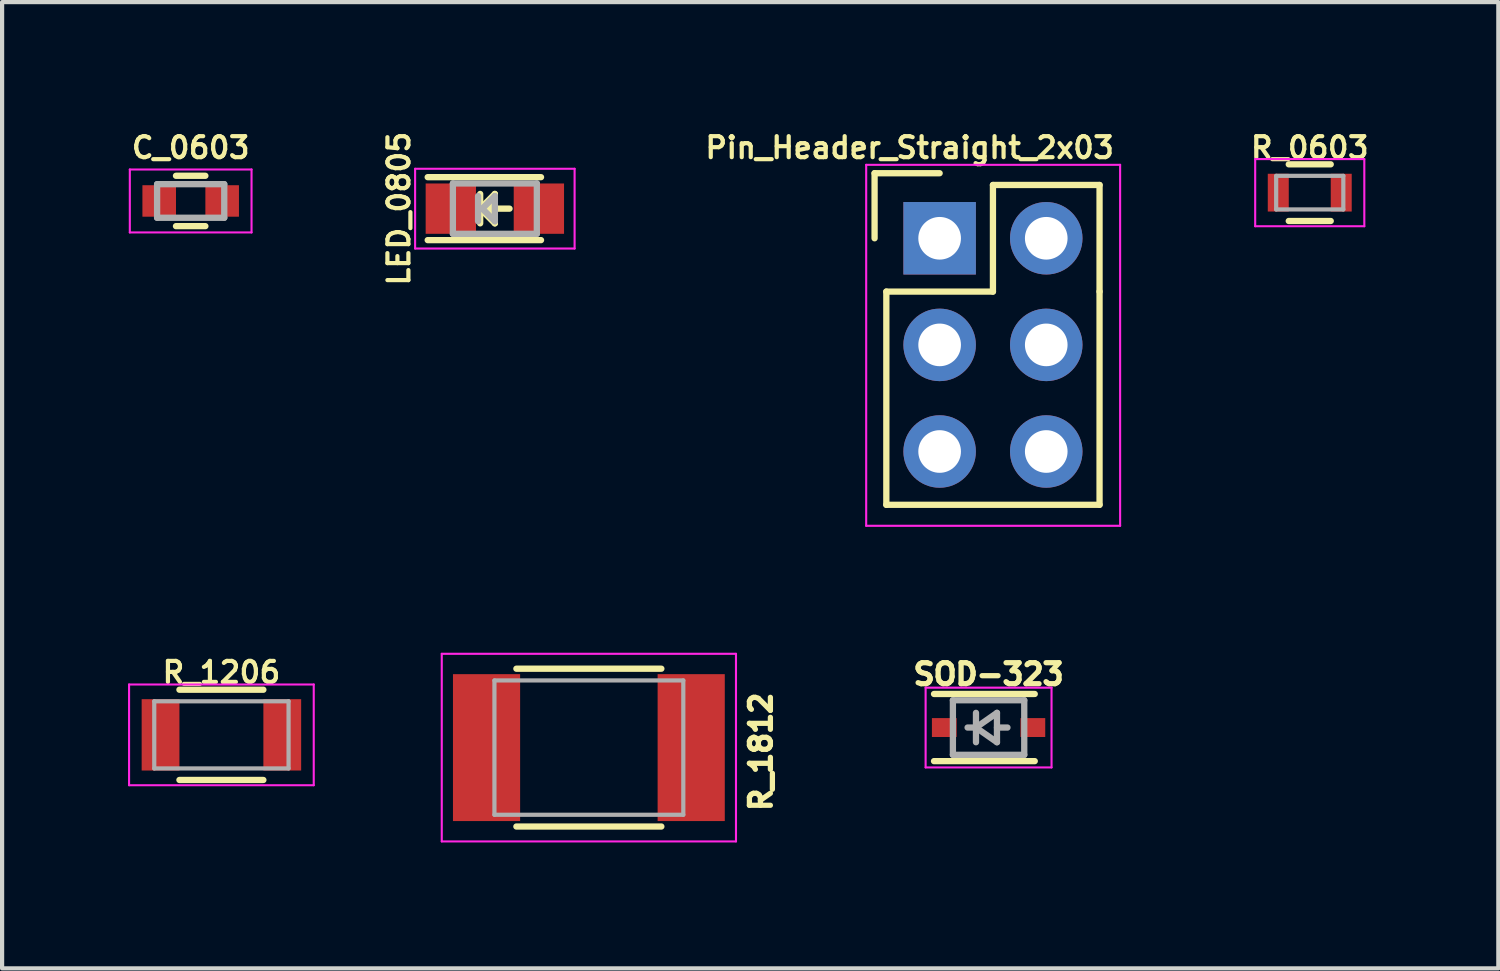
<source format=kicad_pcb>
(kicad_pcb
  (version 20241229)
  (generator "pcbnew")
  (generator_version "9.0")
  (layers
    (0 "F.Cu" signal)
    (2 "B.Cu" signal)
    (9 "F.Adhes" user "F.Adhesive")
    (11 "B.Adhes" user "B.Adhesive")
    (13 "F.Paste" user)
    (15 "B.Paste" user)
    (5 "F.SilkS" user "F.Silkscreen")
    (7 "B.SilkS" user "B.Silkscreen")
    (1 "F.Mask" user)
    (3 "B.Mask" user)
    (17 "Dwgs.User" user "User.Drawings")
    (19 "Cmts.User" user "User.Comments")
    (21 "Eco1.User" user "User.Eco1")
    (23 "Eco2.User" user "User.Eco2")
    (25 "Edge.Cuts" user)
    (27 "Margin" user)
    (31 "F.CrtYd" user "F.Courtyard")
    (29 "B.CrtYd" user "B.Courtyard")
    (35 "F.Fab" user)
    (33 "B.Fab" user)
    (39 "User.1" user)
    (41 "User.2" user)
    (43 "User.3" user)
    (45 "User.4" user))
  (footprint "Pin_Header_Straight_2x03"
    (layer "F.Cu")
    (at 19.337 2.627)
    (property "Reference" "Pin_Header_Straight_2x03" (at -0.715 -2.159 0) (layer "F.SilkS") (effects (font (size 0.5 0.5) (thickness 0.1))))
    (attr through_hole)
    (fp_line (start -1.55 -1.55) (end -1.55 0) (stroke (width 0.15) (type solid)) (layer "F.SilkS"))
    (fp_line (start -1.55 -1.55) (end 0 -1.55) (stroke (width 0.15) (type solid)) (layer "F.SilkS"))
    (fp_line (start -1.27 1.27) (end -1.27 6.35) (stroke (width 0.15) (type solid)) (layer "F.SilkS"))
    (fp_line (start -1.27 6.35) (end 3.81 6.35) (stroke (width 0.15) (type solid)) (layer "F.SilkS"))
    (fp_line (start 1.27 -1.27) (end 1.27 1.27) (stroke (width 0.15) (type solid)) (layer "F.SilkS"))
    (fp_line (start 1.27 1.27) (end -1.27 1.27) (stroke (width 0.15) (type solid)) (layer "F.SilkS"))
    (fp_line (start 3.81 -1.27) (end 1.27 -1.27) (stroke (width 0.15) (type solid)) (layer "F.SilkS"))
    (fp_line (start 3.81 1.27) (end 3.81 -1.27) (stroke (width 0.15) (type solid)) (layer "F.SilkS"))
    (fp_line (start 3.81 6.35) (end 3.81 1.27) (stroke (width 0.15) (type solid)) (layer "F.SilkS"))
    (fp_line (start -1.75 -1.75) (end -1.75 6.85) (stroke (width 0.05) (type solid)) (layer "F.CrtYd"))
    (fp_line (start -1.75 -1.75) (end 4.3 -1.75) (stroke (width 0.05) (type solid)) (layer "F.CrtYd"))
    (fp_line (start -1.75 6.85) (end 4.3 6.85) (stroke (width 0.05) (type solid)) (layer "F.CrtYd"))
    (fp_line (start 4.3 -1.75) (end 4.3 6.85) (stroke (width 0.05) (type solid)) (layer "F.CrtYd"))
    (pad "1" thru_hole rect (at 0 0) (size 1.727 1.727) (drill 1.016) (layers "*.Cu" "*.Mask"))
    (pad "2" thru_hole oval (at 2.54 0) (size 1.727 1.727) (drill 1.016) (layers "*.Cu" "*.Mask"))
    (pad "3" thru_hole oval (at 0 2.54) (size 1.727 1.727) (drill 1.016) (layers "*.Cu" "*.Mask"))
    (pad "4" thru_hole oval (at 2.54 2.54) (size 1.727 1.727) (drill 1.016) (layers "*.Cu" "*.Mask"))
    (pad "5" thru_hole oval (at 0 5.08) (size 1.727 1.727) (drill 1.016) (layers "*.Cu" "*.Mask"))
    (pad "6" thru_hole oval (at 2.54 5.08) (size 1.727 1.727) (drill 1.016) (layers "*.Cu" "*.Mask")))
  (footprint "SOD-323"
    (layer "F.Cu")
    (at 20.503 14.284)
    (property "Reference" "SOD-323" (at 0 -1.27 0) (layer "F.SilkS") (effects (font (size 0.5 0.5) (thickness 0.125))))
    (attr smd)
    (fp_line (start -1.3 -0.8) (end 1.1 -0.8) (stroke (width 0.15) (type solid)) (layer "F.SilkS"))
    (fp_line (start -1.3 0.8) (end 1.1 0.8) (stroke (width 0.15) (type solid)) (layer "F.SilkS"))
    (fp_line (start -1.5 -0.95) (end -1.5 0.95) (stroke (width 0.05) (type solid)) (layer "F.CrtYd"))
    (fp_line (start -1.5 -0.95) (end 1.5 -0.95) (stroke (width 0.05) (type solid)) (layer "F.CrtYd"))
    (fp_line (start -1.5 0.95) (end 1.5 0.95) (stroke (width 0.05) (type solid)) (layer "F.CrtYd"))
    (fp_line (start 1.5 -0.95) (end 1.5 0.95) (stroke (width 0.05) (type solid)) (layer "F.CrtYd"))
    (fp_line (start -0.85 -0.65) (end 0.85 -0.65) (stroke (width 0.15) (type solid)) (layer "F.Fab"))
    (fp_line (start -0.85 0.65) (end -0.85 -0.65) (stroke (width 0.15) (type solid)) (layer "F.Fab"))
    (fp_line (start -0.3 -0.35) (end -0.3 0.35) (stroke (width 0.15) (type solid)) (layer "F.Fab"))
    (fp_line (start -0.3 0) (end -0.5 0) (stroke (width 0.15) (type solid)) (layer "F.Fab"))
    (fp_line (start -0.3 0) (end 0.2 -0.35) (stroke (width 0.15) (type solid)) (layer "F.Fab"))
    (fp_line (start 0.2 -0.35) (end 0.2 0.35) (stroke (width 0.15) (type solid)) (layer "F.Fab"))
    (fp_line (start 0.2 0) (end 0.45 0) (stroke (width 0.15) (type solid)) (layer "F.Fab"))
    (fp_line (start 0.2 0.35) (end -0.3 0) (stroke (width 0.15) (type solid)) (layer "F.Fab"))
    (fp_line (start 0.85 -0.65) (end 0.85 0.65) (stroke (width 0.15) (type solid)) (layer "F.Fab"))
    (fp_line (start 0.85 0.65) (end -0.85 0.65) (stroke (width 0.15) (type solid)) (layer "F.Fab"))
    (pad "1" smd rect (at -1.055 0) (size 0.59 0.45) (layers "F.Cu" "F.Mask" "F.Paste"))
    (pad "2" smd rect (at 1.055 0) (size 0.59 0.45) (layers "F.Cu" "F.Mask" "F.Paste")))
  (footprint "R_1206"
    (layer "F.Cu")
    (at 2.225 14.458)
    (property "Reference" "R_1206" (at 0 -1.488 0) (layer "F.SilkS") (effects (font (size 0.5 0.5) (thickness 0.1))))
    (attr smd)
    (fp_line (start -1 -1.075) (end 1 -1.075) (stroke (width 0.15) (type solid)) (layer "F.SilkS"))
    (fp_line (start 1 1.075) (end -1 1.075) (stroke (width 0.15) (type solid)) (layer "F.SilkS"))
    (fp_line (start -2.2 -1.2) (end -2.2 1.2) (stroke (width 0.05) (type solid)) (layer "F.CrtYd"))
    (fp_line (start -2.2 -1.2) (end 2.2 -1.2) (stroke (width 0.05) (type solid)) (layer "F.CrtYd"))
    (fp_line (start -2.2 1.2) (end 2.2 1.2) (stroke (width 0.05) (type solid)) (layer "F.CrtYd"))
    (fp_line (start 2.2 -1.2) (end 2.2 1.2) (stroke (width 0.05) (type solid)) (layer "F.CrtYd"))
    (fp_line (start -1.6 -0.8) (end 1.6 -0.8) (stroke (width 0.1) (type solid)) (layer "F.Fab"))
    (fp_line (start -1.6 0.8) (end -1.6 -0.8) (stroke (width 0.1) (type solid)) (layer "F.Fab"))
    (fp_line (start 1.6 -0.8) (end 1.6 0.8) (stroke (width 0.1) (type solid)) (layer "F.Fab"))
    (fp_line (start 1.6 0.8) (end -1.6 0.8) (stroke (width 0.1) (type solid)) (layer "F.Fab"))
    (pad "1" smd rect (at -1.45 0) (size 0.9 1.7) (layers "F.Cu" "F.Mask" "F.Paste"))
    (pad "2" smd rect (at 1.45 0) (size 0.9 1.7) (layers "F.Cu" "F.Mask" "F.Paste")))
  (footprint "R_0603"
    (layer "F.Cu")
    (at 28.155 1.54)
    (property "Reference" "R_0603" (at 0 -1.072 0) (layer "F.SilkS") (effects (font (size 0.5 0.5) (thickness 0.1))))
    (attr smd)
    (fp_line (start -0.5 -0.675) (end 0.5 -0.675) (stroke (width 0.15) (type solid)) (layer "F.SilkS"))
    (fp_line (start 0.5 0.675) (end -0.5 0.675) (stroke (width 0.15) (type solid)) (layer "F.SilkS"))
    (fp_line (start -1.3 -0.8) (end -1.3 0.8) (stroke (width 0.05) (type solid)) (layer "F.CrtYd"))
    (fp_line (start -1.3 -0.8) (end 1.3 -0.8) (stroke (width 0.05) (type solid)) (layer "F.CrtYd"))
    (fp_line (start -1.3 0.8) (end 1.3 0.8) (stroke (width 0.05) (type solid)) (layer "F.CrtYd"))
    (fp_line (start 1.3 -0.8) (end 1.3 0.8) (stroke (width 0.05) (type solid)) (layer "F.CrtYd"))
    (fp_line (start -0.8 -0.4) (end 0.8 -0.4) (stroke (width 0.1) (type solid)) (layer "F.Fab"))
    (fp_line (start -0.8 0.4) (end -0.8 -0.4) (stroke (width 0.1) (type solid)) (layer "F.Fab"))
    (fp_line (start 0.8 -0.4) (end 0.8 0.4) (stroke (width 0.1) (type solid)) (layer "F.Fab"))
    (fp_line (start 0.8 0.4) (end -0.8 0.4) (stroke (width 0.1) (type solid)) (layer "F.Fab"))
    (pad "1" smd rect (at -0.75 0) (size 0.5 0.9) (layers "F.Cu" "F.Mask" "F.Paste"))
    (pad "2" smd rect (at 0.75 0) (size 0.5 0.9) (layers "F.Cu" "F.Mask" "F.Paste")))
  (footprint "R_1812"
    (layer "F.Cu")
    (at 10.98 14.762)
    (property "Reference" "R_1812" (at 4.1 0.1 90) (layer "F.SilkS") (effects (font (size 0.5 0.5) (thickness 0.125))))
    (attr smd)
    (fp_line (start -1.727 -1.88) (end 1.727 -1.88) (stroke (width 0.15) (type solid)) (layer "F.SilkS"))
    (fp_line (start -1.727 1.88) (end 1.727 1.88) (stroke (width 0.15) (type solid)) (layer "F.SilkS"))
    (fp_line (start -3.505 -2.235) (end 3.505 -2.235) (stroke (width 0.05) (type solid)) (layer "F.CrtYd"))
    (fp_line (start -3.505 2.235) (end -3.505 -2.235) (stroke (width 0.05) (type solid)) (layer "F.CrtYd"))
    (fp_line (start 3.505 -2.235) (end 3.505 2.235) (stroke (width 0.05) (type solid)) (layer "F.CrtYd"))
    (fp_line (start 3.505 2.235) (end -3.505 2.235) (stroke (width 0.05) (type solid)) (layer "F.CrtYd"))
    (fp_line (start -2.25 -1.6) (end 2.25 -1.6) (stroke (width 0.1) (type solid)) (layer "F.Fab"))
    (fp_line (start -2.25 1.6) (end -2.25 -1.6) (stroke (width 0.1) (type solid)) (layer "F.Fab"))
    (fp_line (start 2.25 -1.6) (end 2.25 1.6) (stroke (width 0.1) (type solid)) (layer "F.Fab"))
    (fp_line (start 2.25 1.6) (end -2.25 1.6) (stroke (width 0.1) (type solid)) (layer "F.Fab"))
    (pad "1" smd rect (at -2.438 0) (size 1.6 3.5) (layers "F.Cu" "F.Mask" "F.Paste"))
    (pad "2" smd rect (at 2.438 0) (size 1.6 3.5) (layers "F.Cu" "F.Mask" "F.Paste")))
  (footprint "LED_0805"
    (layer "F.Cu")
    (at 8.74 1.921)
    (property "Reference" "LED_0805" (at -2.286 0 90) (layer "F.SilkS") (effects (font (size 0.5 0.5) (thickness 0.1))))
    (attr smd)
    (fp_line (start -1.6 -0.75) (end 1.1 -0.75) (stroke (width 0.15) (type solid)) (layer "F.SilkS"))
    (fp_line (start -1.6 0.75) (end 1.1 0.75) (stroke (width 0.15) (type solid)) (layer "F.SilkS"))
    (fp_line (start -0.35 -0.35) (end -0.35 0.35) (stroke (width 0.15) (type solid)) (layer "F.SilkS"))
    (fp_line (start -0.35 0) (end 0 -0.35) (stroke (width 0.15) (type solid)) (layer "F.SilkS"))
    (fp_line (start -0.1 -0.1) (end -0.25 0.05) (stroke (width 0.15) (type solid)) (layer "F.SilkS"))
    (fp_line (start -0.1 0.15) (end -0.1 -0.1) (stroke (width 0.15) (type solid)) (layer "F.SilkS"))
    (fp_line (start 0 -0.35) (end 0 0.35) (stroke (width 0.15) (type solid)) (layer "F.SilkS"))
    (fp_line (start 0 0) (end 0.35 0) (stroke (width 0.15) (type solid)) (layer "F.SilkS"))
    (fp_line (start 0 0.35) (end -0.35 0) (stroke (width 0.15) (type solid)) (layer "F.SilkS"))
    (fp_line (start -1.9 -0.95) (end 1.9 -0.95) (stroke (width 0.05) (type solid)) (layer "F.CrtYd"))
    (fp_line (start -1.9 0.95) (end -1.9 -0.95) (stroke (width 0.05) (type solid)) (layer "F.CrtYd"))
    (fp_line (start 1.9 -0.95) (end 1.9 0.95) (stroke (width 0.05) (type solid)) (layer "F.CrtYd"))
    (fp_line (start 1.9 0.95) (end -1.9 0.95) (stroke (width 0.05) (type solid)) (layer "F.CrtYd"))
    (fp_line (start -1 -0.6) (end -1 0.6) (stroke (width 0.15) (type solid)) (layer "F.Fab"))
    (fp_line (start -1 0.6) (end 1 0.6) (stroke (width 0.15) (type solid)) (layer "F.Fab"))
    (fp_line (start -0.4 -0.3) (end -0.4 0.3) (stroke (width 0.15) (type solid)) (layer "F.Fab"))
    (fp_line (start -0.3 0) (end 0 -0.3) (stroke (width 0.15) (type solid)) (layer "F.Fab"))
    (fp_line (start 0 -0.3) (end 0 0.3) (stroke (width 0.15) (type solid)) (layer "F.Fab"))
    (fp_line (start 0 0.3) (end -0.3 0) (stroke (width 0.15) (type solid)) (layer "F.Fab"))
    (fp_line (start 1 -0.6) (end -1 -0.6) (stroke (width 0.15) (type solid)) (layer "F.Fab"))
    (fp_line (start 1 0.6) (end 1 -0.6) (stroke (width 0.15) (type solid)) (layer "F.Fab"))
    (pad "1" smd rect (at -1.049 0 180) (size 1.199 1.199) (layers "F.Cu" "F.Mask" "F.Paste"))
    (pad "2" smd rect (at 1.049 0 180) (size 1.199 1.199) (layers "F.Cu" "F.Mask" "F.Paste")))
  (footprint "C_0603"
    (layer "F.Cu")
    (at 1.493 1.738)
    (property "Reference" "C_0603" (at 0 -1.27 0) (layer "F.SilkS") (effects (font (size 0.5 0.5) (thickness 0.1))))
    (attr smd)
    (fp_line (start -0.35 -0.6) (end 0.35 -0.6) (stroke (width 0.15) (type solid)) (layer "F.SilkS"))
    (fp_line (start 0.35 0.6) (end -0.35 0.6) (stroke (width 0.15) (type solid)) (layer "F.SilkS"))
    (fp_line (start -1.45 -0.75) (end -1.45 0.75) (stroke (width 0.05) (type solid)) (layer "F.CrtYd"))
    (fp_line (start -1.45 -0.75) (end 1.45 -0.75) (stroke (width 0.05) (type solid)) (layer "F.CrtYd"))
    (fp_line (start -1.45 0.75) (end 1.45 0.75) (stroke (width 0.05) (type solid)) (layer "F.CrtYd"))
    (fp_line (start 1.45 -0.75) (end 1.45 0.75) (stroke (width 0.05) (type solid)) (layer "F.CrtYd"))
    (fp_line (start -0.8 -0.4) (end 0.8 -0.4) (stroke (width 0.15) (type solid)) (layer "F.Fab"))
    (fp_line (start -0.8 0.4) (end -0.8 -0.4) (stroke (width 0.15) (type solid)) (layer "F.Fab"))
    (fp_line (start 0.8 -0.4) (end 0.8 0.4) (stroke (width 0.15) (type solid)) (layer "F.Fab"))
    (fp_line (start 0.8 0.4) (end -0.8 0.4) (stroke (width 0.15) (type solid)) (layer "F.Fab"))
    (pad "1" smd rect (at -0.75 0) (size 0.8 0.75) (layers "F.Cu" "F.Mask" "F.Paste"))
    (pad "2" smd rect (at 0.75 0) (size 0.8 0.75) (layers "F.Cu" "F.Mask" "F.Paste")))
  (gr_rect
    (start -3 -3)
    (end 32.648 20.022)
    (stroke (width 0.1) (type default))
    (fill no)
    (layer "Edge.Cuts")))
</source>
